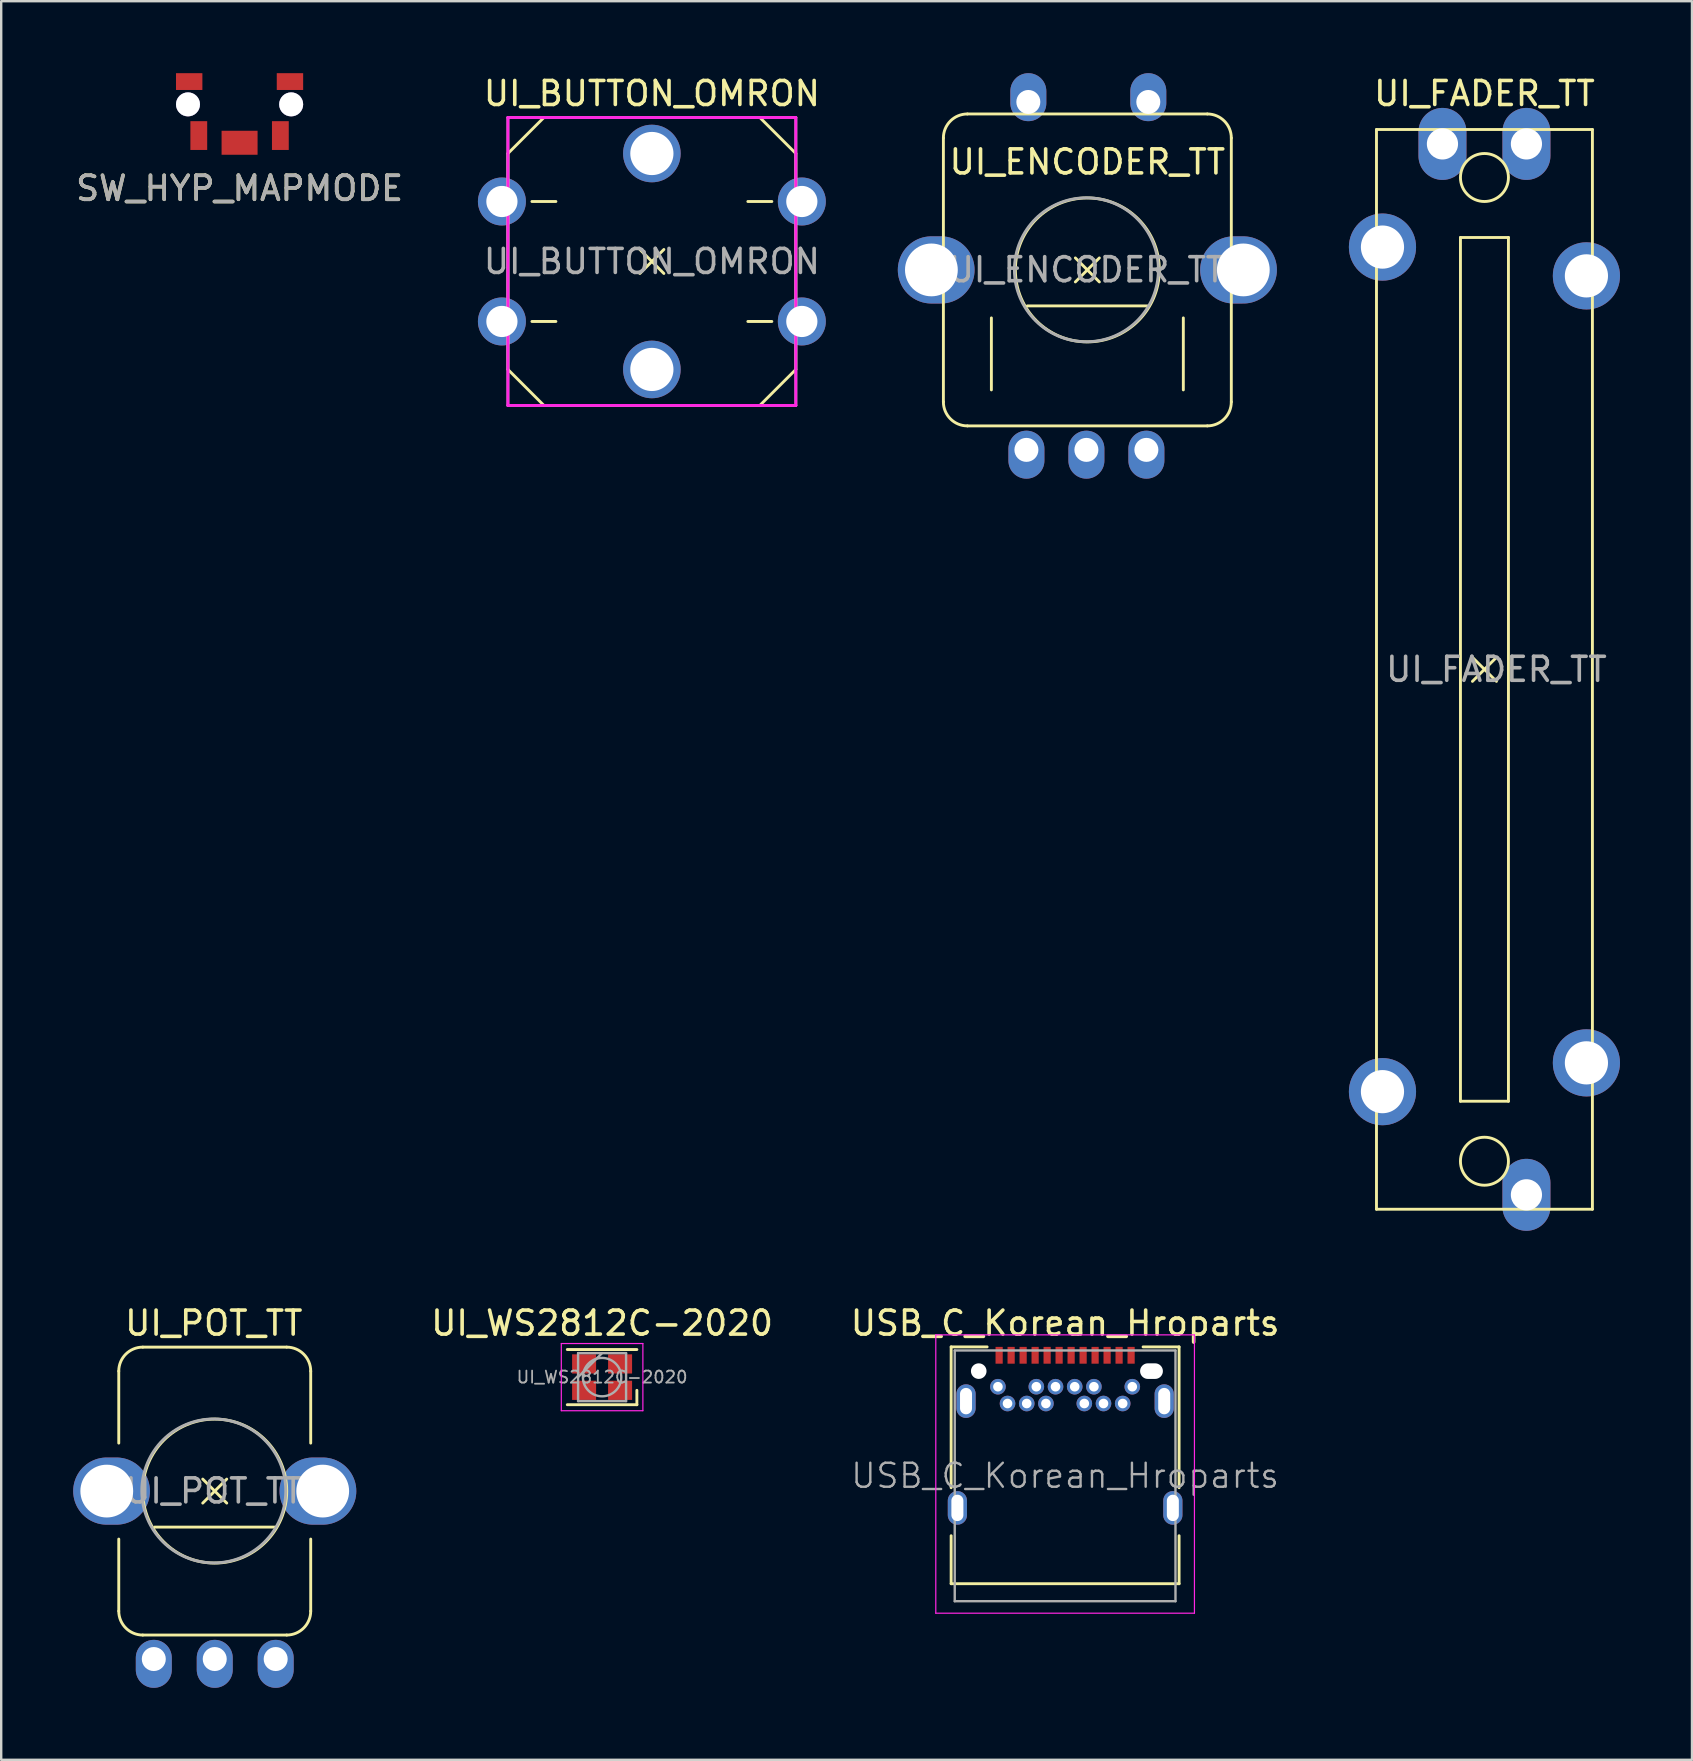
<source format=kicad_pcb>
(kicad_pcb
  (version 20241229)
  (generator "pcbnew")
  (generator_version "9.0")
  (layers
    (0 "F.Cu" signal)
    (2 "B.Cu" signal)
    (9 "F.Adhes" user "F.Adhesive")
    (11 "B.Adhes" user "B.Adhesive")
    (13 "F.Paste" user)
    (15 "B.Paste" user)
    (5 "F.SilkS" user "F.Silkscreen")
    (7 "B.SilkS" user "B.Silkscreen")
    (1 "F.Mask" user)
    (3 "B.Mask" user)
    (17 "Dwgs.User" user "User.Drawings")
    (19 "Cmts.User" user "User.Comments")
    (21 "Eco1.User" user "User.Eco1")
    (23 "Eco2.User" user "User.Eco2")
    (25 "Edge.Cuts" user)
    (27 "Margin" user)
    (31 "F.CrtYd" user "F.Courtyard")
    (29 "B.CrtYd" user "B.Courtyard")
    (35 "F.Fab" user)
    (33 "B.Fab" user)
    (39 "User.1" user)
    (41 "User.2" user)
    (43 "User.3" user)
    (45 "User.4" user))
  (footprint "USB_C_Korean_Hroparts"
    (layer "F.Cu")
    (at 41.342 58.456)
    (property "Reference" "USB_C_Korean_Hroparts" (at 0 -6.36 0) (layer "F.SilkS") (effects (font (size 1 1) (thickness 0.15))))
    (attr smd)
    (fp_line (start -4.75 -5.37) (end -4.75 0.5) (stroke (width 0.12) (type solid)) (layer "F.SilkS"))
    (fp_line (start -4.75 -5.37) (end -3.25 -5.37) (stroke (width 0.12) (type solid)) (layer "F.SilkS"))
    (fp_line (start -4.75 2.5) (end -4.75 4.5) (stroke (width 0.12) (type solid)) (layer "F.SilkS"))
    (fp_line (start -4.75 4.5) (end 4.75 4.5) (stroke (width 0.12) (type solid)) (layer "F.SilkS"))
    (fp_line (start 3.25 -5.37) (end 4.75 -5.37) (stroke (width 0.12) (type solid)) (layer "F.SilkS"))
    (fp_line (start 4.75 -5.37) (end 4.75 0.5) (stroke (width 0.12) (type solid)) (layer "F.SilkS"))
    (fp_line (start 4.75 2.5) (end 4.75 4.5) (stroke (width 0.12) (type solid)) (layer "F.SilkS"))
    (fp_line (start -5.39 -5.87) (end 5.39 -5.87) (stroke (width 0.05) (type solid)) (layer "F.CrtYd"))
    (fp_line (start -5.39 5.73) (end -5.39 -5.87) (stroke (width 0.05) (type solid)) (layer "F.CrtYd"))
    (fp_line (start 5.39 -5.87) (end 5.39 5.73) (stroke (width 0.05) (type solid)) (layer "F.CrtYd"))
    (fp_line (start 5.39 5.73) (end -5.39 5.73) (stroke (width 0.05) (type solid)) (layer "F.CrtYd"))
    (fp_line (start -4.6 -5.22) (end 4.6 -5.22) (stroke (width 0.1) (type solid)) (layer "F.Fab"))
    (fp_line (start -4.6 5.23) (end -4.6 -5.22) (stroke (width 0.1) (type solid)) (layer "F.Fab"))
    (fp_line (start -4.6 5.23) (end 4.6 5.23) (stroke (width 0.1) (type solid)) (layer "F.Fab"))
    (fp_line (start 4.6 5.23) (end 4.6 -5.22) (stroke (width 0.1) (type solid)) (layer "F.Fab"))
    (fp_text user "${REFERENCE}" (at 0 0 0) (layer "F.Fab") (effects (font (size 1 1) (thickness 0.1))))
    (pad "" np_thru_hole circle (at -3.6 -4.36) (size 0.65 0.65) (drill 0.65) (layers "*.Cu" "*.Mask"))
    (pad "" np_thru_hole oval (at 3.6 -4.36) (size 0.95 0.65) (drill oval 0.95 0.65) (layers "*.Cu" "*.Mask"))
    (pad "A1" smd rect (at -2.75 -5.02) (size 0.3 0.7) (layers "F.Cu" "F.Mask" "F.Paste"))
    (pad "A2" smd rect (at -2.25 -5.02) (size 0.3 0.7) (layers "F.Cu" "F.Mask" "F.Paste"))
    (pad "A3" smd rect (at -1.75 -5.02) (size 0.3 0.7) (layers "F.Cu" "F.Mask" "F.Paste"))
    (pad "A4" smd rect (at -1.25 -5.02) (size 0.3 0.7) (layers "F.Cu" "F.Mask" "F.Paste"))
    (pad "A5" smd rect (at -0.75 -5.02) (size 0.3 0.7) (layers "F.Cu" "F.Mask" "F.Paste"))
    (pad "A6" smd rect (at -0.25 -5.02) (size 0.3 0.7) (layers "F.Cu" "F.Mask" "F.Paste"))
    (pad "A7" smd rect (at 0.25 -5.02) (size 0.3 0.7) (layers "F.Cu" "F.Mask" "F.Paste"))
    (pad "A8" smd rect (at 0.75 -5.02) (size 0.3 0.7) (layers "F.Cu" "F.Mask" "F.Paste"))
    (pad "A9" smd rect (at 1.25 -5.02) (size 0.3 0.7) (layers "F.Cu" "F.Mask" "F.Paste"))
    (pad "A10" smd rect (at 1.75 -5.02) (size 0.3 0.7) (layers "F.Cu" "F.Mask" "F.Paste"))
    (pad "A11" smd rect (at 2.25 -5.02) (size 0.3 0.7) (layers "F.Cu" "F.Mask" "F.Paste"))
    (pad "A12" smd rect (at 2.75 -5.02) (size 0.3 0.7) (layers "F.Cu" "F.Mask" "F.Paste"))
    (pad "B1" thru_hole circle (at 2.8 -3.71) (size 0.65 0.65) (drill 0.4) (layers "*.Cu" "*.Mask"))
    (pad "B2" thru_hole circle (at 2.4 -3.01) (size 0.65 0.65) (drill 0.4) (layers "*.Cu" "*.Mask"))
    (pad "B3" thru_hole circle (at 1.6 -3.01) (size 0.65 0.65) (drill 0.4) (layers "*.Cu" "*.Mask"))
    (pad "B4" thru_hole circle (at 1.2 -3.71) (size 0.65 0.65) (drill 0.4) (layers "*.Cu" "*.Mask"))
    (pad "B5" thru_hole circle (at 0.8 -3.01) (size 0.65 0.65) (drill 0.4) (layers "*.Cu" "*.Mask"))
    (pad "B6" thru_hole circle (at 0.4 -3.71) (size 0.65 0.65) (drill 0.4) (layers "*.Cu" "*.Mask"))
    (pad "B7" thru_hole circle (at -0.4 -3.71) (size 0.65 0.65) (drill 0.4) (layers "*.Cu" "*.Mask"))
    (pad "B8" thru_hole circle (at -0.8 -3.01) (size 0.65 0.65) (drill 0.4) (layers "*.Cu" "*.Mask"))
    (pad "B9" thru_hole circle (at -1.2 -3.71) (size 0.65 0.65) (drill 0.4) (layers "*.Cu" "*.Mask"))
    (pad "B10" thru_hole circle (at -1.6 -3.01) (size 0.65 0.65) (drill 0.4) (layers "*.Cu" "*.Mask"))
    (pad "B11" thru_hole circle (at -2.4 -3.01) (size 0.65 0.65) (drill 0.4) (layers "*.Cu" "*.Mask"))
    (pad "B12" thru_hole circle (at -2.8 -3.71) (size 0.65 0.65) (drill 0.4) (layers "*.Cu" "*.Mask"))
    (pad "S1" thru_hole oval (at -4.13 -3.11) (size 0.8 1.4) (drill oval 0.5 1.1) (layers "*.Cu" "*.Mask"))
    (pad "S2" thru_hole oval (at 4.13 -3.11) (size 0.8 1.4) (drill oval 0.5 1.1) (layers "*.Cu" "*.Mask"))
    (pad "S3" thru_hole oval (at -4.49 1.34) (size 0.8 1.4) (drill oval 0.5 1.1) (layers "*.Cu" "*.Mask"))
    (pad "S4" thru_hole oval (at 4.49 1.34) (size 0.8 1.4) (drill oval 0.5 1.1) (layers "*.Cu" "*.Mask")))
  (footprint "UI_ENCODER_TT"
    (layer "F.Cu")
    (at 42.269 8.2)
    (property "Reference" "UI_ENCODER_TT" (at 0 -4.5 0) (layer "F.SilkS") (effects (font (size 1 1) (thickness 0.15))))
    (attr through_hole)
    (fp_line (start -6 -5.5) (end -6 5.5) (stroke (width 0.12) (type solid)) (layer "F.SilkS"))
    (fp_line (start -5 -6.5) (end 5 -6.5) (stroke (width 0.12) (type solid)) (layer "F.SilkS"))
    (fp_line (start -5 6.5) (end 5 6.5) (stroke (width 0.12) (type solid)) (layer "F.SilkS"))
    (fp_line (start -4 2) (end -4 5) (stroke (width 0.12) (type solid)) (layer "F.SilkS"))
    (fp_line (start -2.5 1.5) (end 2.5 1.5) (stroke (width 0.12) (type solid)) (layer "F.SilkS"))
    (fp_line (start -0.5 -0.5) (end 0.5 0.5) (stroke (width 0.12) (type solid)) (layer "F.SilkS"))
    (fp_line (start -0.5 0.5) (end 0.5 -0.5) (stroke (width 0.12) (type solid)) (layer "F.SilkS"))
    (fp_line (start 4 5) (end 4 2) (stroke (width 0.12) (type solid)) (layer "F.SilkS"))
    (fp_line (start 6 5.5) (end 6 -5.5) (stroke (width 0.12) (type solid)) (layer "F.SilkS"))
    (fp_arc (start -6 -5.5) (mid -5.707107 -6.207107) (end -5 -6.5) (stroke (width 0.12) (type solid)) (layer "F.SilkS"))
    (fp_arc (start -5 6.5) (mid -5.707107 6.207107) (end -6 5.5) (stroke (width 0.12) (type solid)) (layer "F.SilkS"))
    (fp_arc (start 5 -6.5) (mid 5.707107 -6.207107) (end 6 -5.5) (stroke (width 0.12) (type solid)) (layer "F.SilkS"))
    (fp_arc (start 6 5.5) (mid 5.707107 6.207107) (end 5 6.5) (stroke (width 0.12) (type solid)) (layer "F.SilkS"))
    (fp_circle (center 0 0) (end 0 -3) (stroke (width 0.12) (type solid)) (fill no) (layer "F.SilkS"))
    (fp_circle (center -0.04 -0.007) (end 2.96 -0.007) (stroke (width 0.12) (type solid)) (fill no) (layer "F.Fab"))
    (fp_text user "${REFERENCE}" (at -0.04 -0.007 0) (layer "F.Fab") (effects (font (size 1 1) (thickness 0.15))))
    (pad "1" thru_hole oval (at -2.54 7.5) (size 1.5 2) (drill 1 (offset 0 0.2)) (layers "*.Cu" "*.Mask"))
    (pad "2" thru_hole oval (at -0.04 7.5) (size 1.5 2) (drill 1 (offset 0 0.2)) (layers "*.Cu" "*.Mask"))
    (pad "3" thru_hole oval (at 2.46 7.5) (size 1.5 2) (drill 1 (offset 0 0.2)) (layers "*.Cu" "*.Mask"))
    (pad "4" thru_hole oval (at -2.46 -7 180) (size 1.5 2) (drill 1 (offset 0 0.2)) (layers "*.Cu" "*.Mask"))
    (pad "5" thru_hole oval (at 2.54 -7 180) (size 1.5 2) (drill 1 (offset 0 0.2)) (layers "*.Cu" "*.Mask"))
    (pad "6" thru_hole oval (at -6.5 0) (size 3.2 2.8) (drill 2.2 (offset 0.2 0)) (layers "*.Cu" "*.Mask"))
    (pad "7" thru_hole oval (at 6.5 0 180) (size 3.2 2.8) (drill 2.2 (offset 0.2 0)) (layers "*.Cu" "*.Mask")))
  (footprint "UI_FADER_TT"
    (layer "F.Cu")
    (at 58.819 24.848)
    (property "Reference" "UI_FADER_TT" (at 0 -24 0) (layer "F.SilkS") (effects (font (size 1 1) (thickness 0.15))))
    (attr through_hole)
    (fp_line (start -4.5 -22.5) (end 4.5 -22.5) (stroke (width 0.12) (type solid)) (layer "F.SilkS"))
    (fp_line (start -4.5 22.5) (end -4.5 -22.5) (stroke (width 0.12) (type solid)) (layer "F.SilkS"))
    (fp_line (start -1 -18) (end 1 -18) (stroke (width 0.12) (type solid)) (layer "F.SilkS"))
    (fp_line (start -1 18) (end -1 -18) (stroke (width 0.12) (type solid)) (layer "F.SilkS"))
    (fp_line (start -0.5 -0.5) (end 0.5 0.5) (stroke (width 0.12) (type solid)) (layer "F.SilkS"))
    (fp_line (start -0.5 0.5) (end 0.5 -0.5) (stroke (width 0.12) (type solid)) (layer "F.SilkS"))
    (fp_line (start 1 -18) (end 1 18) (stroke (width 0.12) (type solid)) (layer "F.SilkS"))
    (fp_line (start 1 18) (end -1 18) (stroke (width 0.12) (type solid)) (layer "F.SilkS"))
    (fp_line (start 4.5 -22.5) (end 4.5 22.5) (stroke (width 0.12) (type solid)) (layer "F.SilkS"))
    (fp_line (start 4.5 22.5) (end -4.5 22.5) (stroke (width 0.12) (type solid)) (layer "F.SilkS"))
    (fp_circle (center 0 -20.5) (end 0 -21.5) (stroke (width 0.12) (type solid)) (fill no) (layer "F.SilkS"))
    (fp_circle (center 0 20.5) (end 0 21.5) (stroke (width 0.12) (type solid)) (fill no) (layer "F.SilkS"))
    (fp_text user "${REFERENCE}" (at 0.5 0 0) (layer "F.Fab") (effects (font (size 1 1) (thickness 0.15))))
    (pad "1" thru_hole oval (at 1.75 -21.9) (size 2 3) (drill 1.3) (layers "*.Cu" "*.Mask"))
    (pad "2" thru_hole oval (at -1.75 -21.9) (size 2 3) (drill 1.3) (layers "*.Cu" "*.Mask"))
    (pad "3" thru_hole oval (at 1.75 21.9) (size 2 3) (drill 1.3) (layers "*.Cu" "*.Mask"))
    (pad "4" thru_hole circle (at 4.25 -16.4) (size 2.8 2.8) (drill 1.8) (layers "*.Cu" "*.Mask"))
    (pad "5" thru_hole circle (at -4.25 -17.6) (size 2.8 2.8) (drill 1.8) (layers "*.Cu" "*.Mask"))
    (pad "6" thru_hole circle (at 4.25 16.4) (size 2.8 2.8) (drill 1.8) (layers "*.Cu" "*.Mask"))
    (pad "7" thru_hole circle (at -4.25 17.6) (size 2.8 2.8) (drill 1.8) (layers "*.Cu" "*.Mask")))
  (footprint "UI_WS2812C-2020"
    (layer "F.Cu")
    (at 22.044 54.346)
    (property "Reference" "UI_WS2812C-2020" (at 0 -2.25 0) (layer "F.SilkS") (effects (font (size 1 1) (thickness 0.15))))
    (attr smd)
    (fp_line (start -1.45 -1.15) (end 1.45 -1.15) (stroke (width 0.12) (type solid)) (layer "F.SilkS"))
    (fp_line (start -1.45 1.15) (end 1.45 1.15) (stroke (width 0.12) (type solid)) (layer "F.SilkS"))
    (fp_line (start 1.45 0.55) (end 1.45 1.15) (stroke (width 0.12) (type solid)) (layer "F.SilkS"))
    (fp_line (start -1.7 -1.4) (end -1.7 1.4) (stroke (width 0.05) (type solid)) (layer "F.CrtYd"))
    (fp_line (start -1.7 1.4) (end 1.7 1.4) (stroke (width 0.05) (type solid)) (layer "F.CrtYd"))
    (fp_line (start 1.7 -1.4) (end -1.7 -1.4) (stroke (width 0.05) (type solid)) (layer "F.CrtYd"))
    (fp_line (start 1.7 1.4) (end 1.7 -1.4) (stroke (width 0.05) (type solid)) (layer "F.CrtYd"))
    (fp_line (start -1 -1) (end -1 1) (stroke (width 0.1) (type solid)) (layer "F.Fab"))
    (fp_line (start -1 1) (end 1 1) (stroke (width 0.1) (type solid)) (layer "F.Fab"))
    (fp_line (start 0 -1) (end -1 0) (stroke (width 0.1) (type solid)) (layer "F.Fab"))
    (fp_line (start 1 -1) (end -1 -1) (stroke (width 0.1) (type solid)) (layer "F.Fab"))
    (fp_line (start 1 1) (end 1 -1) (stroke (width 0.1) (type solid)) (layer "F.Fab"))
    (fp_circle (center 0 0) (end 0.8 0) (stroke (width 0.1) (type solid)) (fill no) (layer "F.Fab"))
    (fp_text user "${REFERENCE}" (at 0 0 0) (layer "F.Fab") (effects (font (size 0.5 0.5) (thickness 0.075))))
    (pad "1" smd rect (at 0.75 0.55) (size 1 0.8) (layers "F.Cu" "F.Mask" "F.Paste"))
    (pad "2" smd rect (at 0.75 -0.55) (size 1 0.8) (layers "F.Cu" "F.Mask" "F.Paste"))
    (pad "3" smd rect (at -0.75 -0.55) (size 1 0.8) (layers "F.Cu" "F.Mask" "F.Paste"))
    (pad "4" smd rect (at -0.75 0.55) (size 1 0.8) (layers "F.Cu" "F.Mask" "F.Paste")))
  (footprint "UI_BUTTON_OMRON"
    (layer "F.Cu")
    (at 24.119 7.848)
    (property "Reference" "UI_BUTTON_OMRON" (at 0 -7 0) (layer "F.SilkS") (effects (font (size 1 1) (thickness 0.15))))
    (attr through_hole)
    (fp_line (start -6 -4.5) (end -4.5 -6) (stroke (width 0.12) (type solid)) (layer "F.SilkS"))
    (fp_line (start -6 4.5) (end -6 -4.5) (stroke (width 0.12) (type solid)) (layer "F.SilkS"))
    (fp_line (start -5 -2.5) (end -4 -2.5) (stroke (width 0.12) (type solid)) (layer "F.SilkS"))
    (fp_line (start -5 2.5) (end -4 2.5) (stroke (width 0.12) (type solid)) (layer "F.SilkS"))
    (fp_line (start -4.5 -6) (end 4.5 -6) (stroke (width 0.12) (type solid)) (layer "F.SilkS"))
    (fp_line (start -4.5 6) (end -6 4.5) (stroke (width 0.12) (type solid)) (layer "F.SilkS"))
    (fp_line (start -0.5 -0.5) (end 0.5 0.5) (stroke (width 0.12) (type solid)) (layer "F.SilkS"))
    (fp_line (start -0.5 0.5) (end 0.5 -0.5) (stroke (width 0.12) (type solid)) (layer "F.SilkS"))
    (fp_line (start 4.5 -6) (end 6 -4.5) (stroke (width 0.12) (type solid)) (layer "F.SilkS"))
    (fp_line (start 4.5 6) (end -4.5 6) (stroke (width 0.12) (type solid)) (layer "F.SilkS"))
    (fp_line (start 5 -2.5) (end 4 -2.5) (stroke (width 0.12) (type solid)) (layer "F.SilkS"))
    (fp_line (start 5 2.5) (end 4 2.5) (stroke (width 0.12) (type solid)) (layer "F.SilkS"))
    (fp_line (start 6 -4.5) (end 6 4.5) (stroke (width 0.12) (type solid)) (layer "F.SilkS"))
    (fp_line (start 6 4.5) (end 4.5 6) (stroke (width 0.12) (type solid)) (layer "F.SilkS"))
    (fp_line (start -6 -6) (end 6 -6) (stroke (width 0.12) (type solid)) (layer "F.CrtYd"))
    (fp_line (start -6 6) (end -6 -6) (stroke (width 0.12) (type solid)) (layer "F.CrtYd"))
    (fp_line (start 6 -6) (end 6 6) (stroke (width 0.12) (type solid)) (layer "F.CrtYd"))
    (fp_line (start 6 6) (end -6 6) (stroke (width 0.12) (type solid)) (layer "F.CrtYd"))
    (fp_line (start -6 -6) (end 6 -6) (stroke (width 0.12) (type solid)) (layer "F.Fab"))
    (fp_line (start -6 6) (end -6 -6) (stroke (width 0.12) (type solid)) (layer "F.Fab"))
    (fp_line (start 6 -6) (end 6 6) (stroke (width 0.12) (type solid)) (layer "F.Fab"))
    (fp_line (start 6 6) (end -6 6) (stroke (width 0.12) (type solid)) (layer "F.Fab"))
    (fp_text user "${REFERENCE}" (at 0 0 0) (layer "F.Fab") (effects (font (size 1 1) (thickness 0.15))))
    (pad "1" thru_hole circle (at 6.25 2.5) (size 2 2) (drill 1.3) (layers "*.Cu" "*.Mask"))
    (pad "2" thru_hole circle (at -6.25 2.5 180) (size 2 2) (drill 1.3) (layers "*.Cu" "*.Mask"))
    (pad "3" thru_hole circle (at 6.25 -2.5 180) (size 2 2) (drill 1.3) (layers "*.Cu" "*.Mask"))
    (pad "4" thru_hole circle (at -6.25 -2.5 270) (size 2 2) (drill 1.3) (layers "*.Cu" "*.Mask"))
    (pad "5" thru_hole circle (at 0 4.5 270) (size 2.4 2.4) (drill 1.8) (layers "*.Cu" "*.Mask"))
    (pad "6" thru_hole circle (at 0 -4.5 270) (size 2.4 2.4) (drill 1.8) (layers "*.Cu" "*.Mask")))
  (footprint "SW_HYP_MAPMODE"
    (layer "F.Cu")
    (at 6.935 1.3)
    (property "Reference" "SW_HYP_MAPMODE" (at 0 3.5 0) (layer "F.SilkS") (effects (font (size 1 1) (thickness 0.15))))
    (attr smd)
    (fp_text user "${REFERENCE}" (at 0 3.5 0) (layer "F.Fab") (effects (font (size 1 1) (thickness 0.15))))
    (pad "" thru_hole circle (at -2.15 0 270) (size 1 1) (drill 1) (layers "*.Cu" "*.Mask" "F.Paste"))
    (pad "" smd rect (at -2.1 -0.95) (size 1.1 0.7) (layers "F.Cu" "F.Mask" "F.Paste"))
    (pad "" smd rect (at 0 1.6) (size 1.5 1) (layers "F.Cu" "F.Mask" "F.Paste"))
    (pad "" smd rect (at 2.1 -0.95) (size 1.1 0.7) (layers "F.Cu" "F.Mask" "F.Paste"))
    (pad "" thru_hole circle (at 2.15 0 270) (size 1 1) (drill 1) (layers "*.Cu" "*.Mask" "F.Paste"))
    (pad "1" smd rect (at -1.7 1.3 90) (size 1.2 0.7) (layers "F.Cu" "F.Mask" "F.Paste"))
    (pad "2" smd rect (at 1.7 1.3 270) (size 1.2 0.7) (layers "F.Cu" "F.Mask" "F.Paste")))
  (footprint "UI_POT_TT"
    (layer "F.Cu")
    (at 5.9 59.096)
    (property "Reference" "UI_POT_TT" (at -0.04 -7 0) (layer "F.SilkS") (effects (font (size 1 1) (thickness 0.15))))
    (attr through_hole)
    (fp_line (start -4 -5) (end -4 -2) (stroke (width 0.12) (type solid)) (layer "F.SilkS"))
    (fp_line (start -4 2) (end -4 5) (stroke (width 0.12) (type solid)) (layer "F.SilkS"))
    (fp_line (start -3 -6) (end 3 -6) (stroke (width 0.12) (type solid)) (layer "F.SilkS"))
    (fp_line (start -3 6) (end 3 6) (stroke (width 0.12) (type solid)) (layer "F.SilkS"))
    (fp_line (start -2.5 1.5) (end 2.5 1.5) (stroke (width 0.12) (type solid)) (layer "F.SilkS"))
    (fp_line (start -0.5 -0.5) (end 0.5 0.5) (stroke (width 0.12) (type solid)) (layer "F.SilkS"))
    (fp_line (start -0.5 0.5) (end 0.5 -0.5) (stroke (width 0.12) (type solid)) (layer "F.SilkS"))
    (fp_line (start 4 -2) (end 4 -5) (stroke (width 0.12) (type solid)) (layer "F.SilkS"))
    (fp_line (start 4 5) (end 4 2) (stroke (width 0.12) (type solid)) (layer "F.SilkS"))
    (fp_arc (start -4 -5) (mid -3.707107 -5.707107) (end -3 -6) (stroke (width 0.12) (type solid)) (layer "F.SilkS"))
    (fp_arc (start -3 6) (mid -3.707107 5.707107) (end -4 5) (stroke (width 0.12) (type solid)) (layer "F.SilkS"))
    (fp_arc (start 3 -6) (mid 3.707107 -5.707107) (end 4 -5) (stroke (width 0.12) (type solid)) (layer "F.SilkS"))
    (fp_arc (start 4 5) (mid 3.707107 5.707107) (end 3 6) (stroke (width 0.12) (type solid)) (layer "F.SilkS"))
    (fp_circle (center 0 0) (end 0 -3) (stroke (width 0.12) (type solid)) (fill no) (layer "F.SilkS"))
    (fp_circle (center -0.04 -0.007) (end 2.96 -0.007) (stroke (width 0.12) (type solid)) (fill no) (layer "F.Fab"))
    (fp_text user "${REFERENCE}" (at -0.04 -0.007 0) (layer "F.Fab") (effects (font (size 1 1) (thickness 0.15))))
    (pad "1" thru_hole oval (at -2.54 7) (size 1.5 2) (drill 1 (offset 0 0.2)) (layers "*.Cu" "*.Mask"))
    (pad "2" thru_hole oval (at 0 7) (size 1.5 2) (drill 1 (offset 0 0.2)) (layers "*.Cu" "*.Mask"))
    (pad "3" thru_hole oval (at 2.54 7) (size 1.5 2) (drill 1 (offset 0 0.2)) (layers "*.Cu" "*.Mask"))
    (pad "4" thru_hole oval (at -4.5 0) (size 3.2 2.8) (drill 2.2 (offset 0.2 0)) (layers "*.Cu" "*.Mask"))
    (pad "5" thru_hole oval (at 4.5 0 180) (size 3.2 2.8) (drill 2.2 (offset 0.2 0)) (layers "*.Cu" "*.Mask")))
  (gr_rect
    (start -3 -3)
    (end 67.469 70.296)
    (stroke (width 0.1) (type default))
    (fill no)
    (layer "Edge.Cuts")))
</source>
